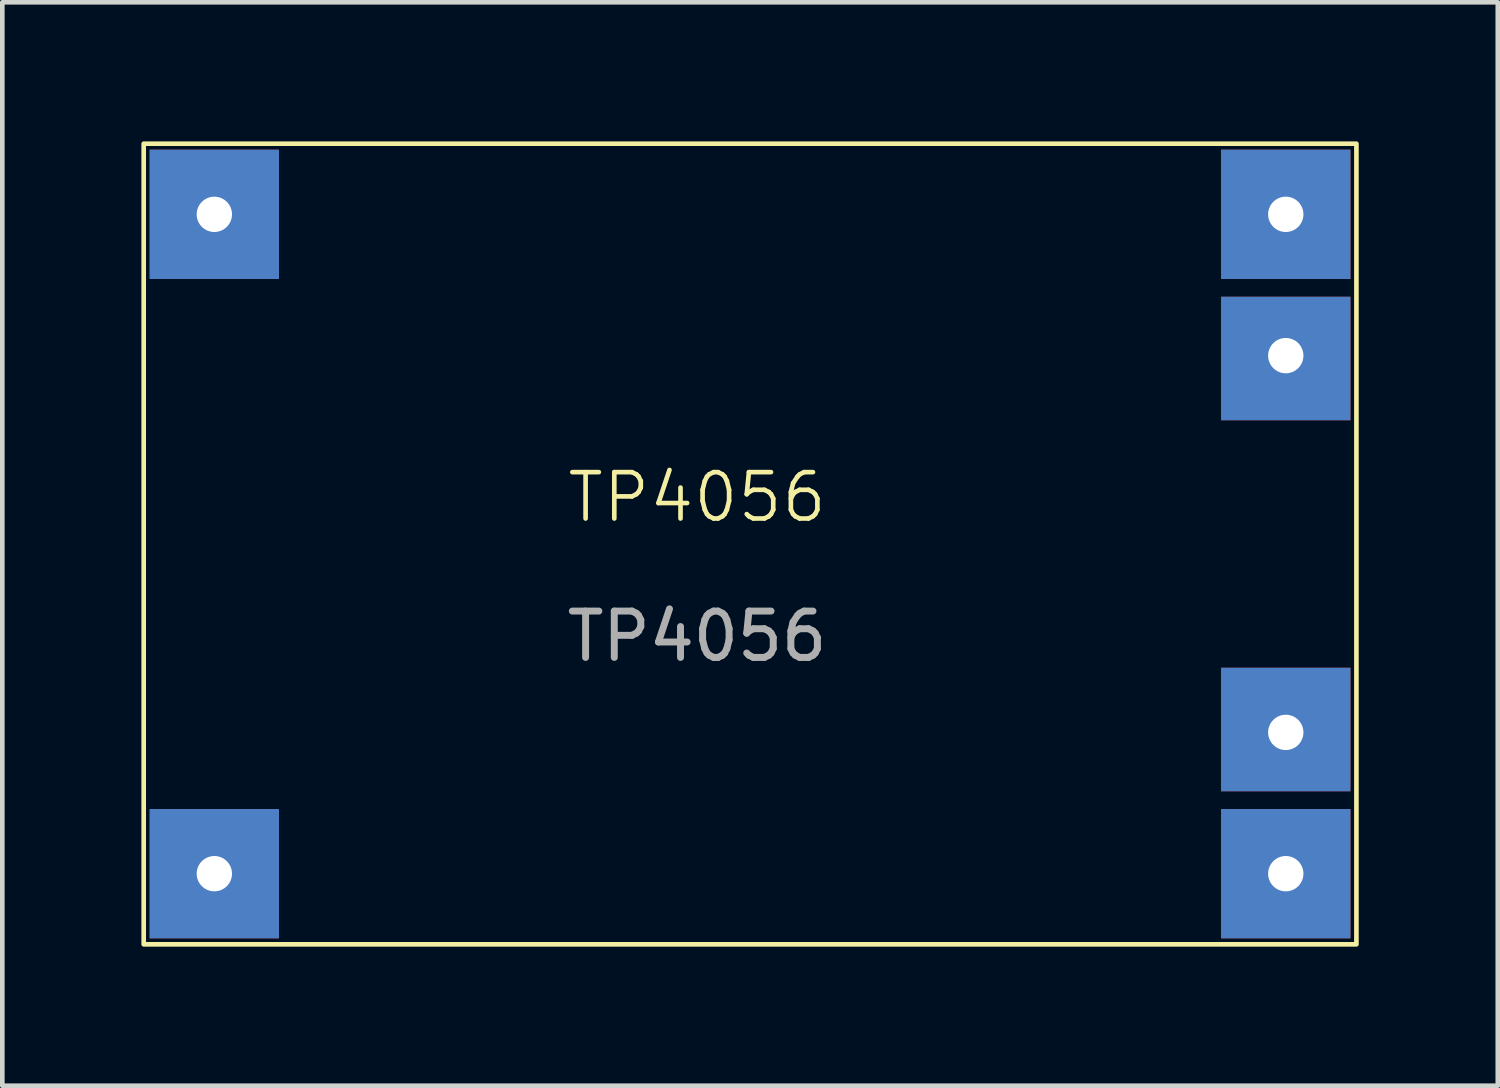
<source format=kicad_pcb>
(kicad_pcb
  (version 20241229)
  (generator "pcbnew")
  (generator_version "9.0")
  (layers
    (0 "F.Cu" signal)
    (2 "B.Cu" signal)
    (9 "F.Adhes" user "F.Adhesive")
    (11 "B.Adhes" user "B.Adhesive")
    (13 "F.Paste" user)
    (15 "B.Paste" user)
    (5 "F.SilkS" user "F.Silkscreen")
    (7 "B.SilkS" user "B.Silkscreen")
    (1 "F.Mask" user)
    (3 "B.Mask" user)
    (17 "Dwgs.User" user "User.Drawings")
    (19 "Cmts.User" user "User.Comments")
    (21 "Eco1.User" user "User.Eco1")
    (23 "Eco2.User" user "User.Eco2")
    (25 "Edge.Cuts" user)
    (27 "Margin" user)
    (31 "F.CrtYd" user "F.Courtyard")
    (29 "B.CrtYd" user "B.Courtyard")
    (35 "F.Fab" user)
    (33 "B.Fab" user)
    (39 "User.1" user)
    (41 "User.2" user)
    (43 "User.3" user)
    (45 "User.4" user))
  (footprint "TP4056"
    (layer "F.Cu")
    (at 11.988 8.178)
    (property "Reference" "TP4056" (at 0 -0.5 0) (unlocked yes) (layer "F.SilkS") (effects (font (size 1 1) (thickness 0.1))))
    (attr through_hole)
    (fp_rect (start -11.938 -8.128) (end 14.224 9.144) (stroke (width 0.1) (type default)) (fill no) (layer "F.SilkS"))
    (fp_text user "${REFERENCE}" (at 0 2.5 0) (unlocked yes) (layer "F.Fab") (effects (font (size 1 1) (thickness 0.15))))
    (pad "1" thru_hole rect (at -10.414 -6.604) (size 2.79 2.79) (drill 0.762) (layers "*.Cu" "*.Mask"))
    (pad "2" thru_hole rect (at -10.414 7.62) (size 2.79 2.79) (drill 0.762) (layers "*.Cu" "*.Mask"))
    (pad "3" thru_hole rect (at 12.7 -6.604) (size 2.79 2.79) (drill 0.762) (layers "*.Cu" "*.Mask"))
    (pad "4" thru_hole rect (at 12.7 -3.556) (size 2.79 2.665) (drill 0.762 (offset 0 0.062)) (layers "*.Cu" "*.Mask"))
    (pad "5" thru_hole rect (at 12.7 7.62) (size 2.79 2.79) (drill 0.762) (layers "*.Cu" "*.Mask"))
    (pad "6" thru_hole rect (at 12.7 4.572) (size 2.79 2.665) (drill 0.762 (offset 0 -0.062)) (layers "*.Cu" "*.Mask")))
  (gr_rect
    (start -3 -3)
    (end 29.262 20.372)
    (stroke (width 0.1) (type default))
    (fill no)
    (layer "Edge.Cuts")))
</source>
